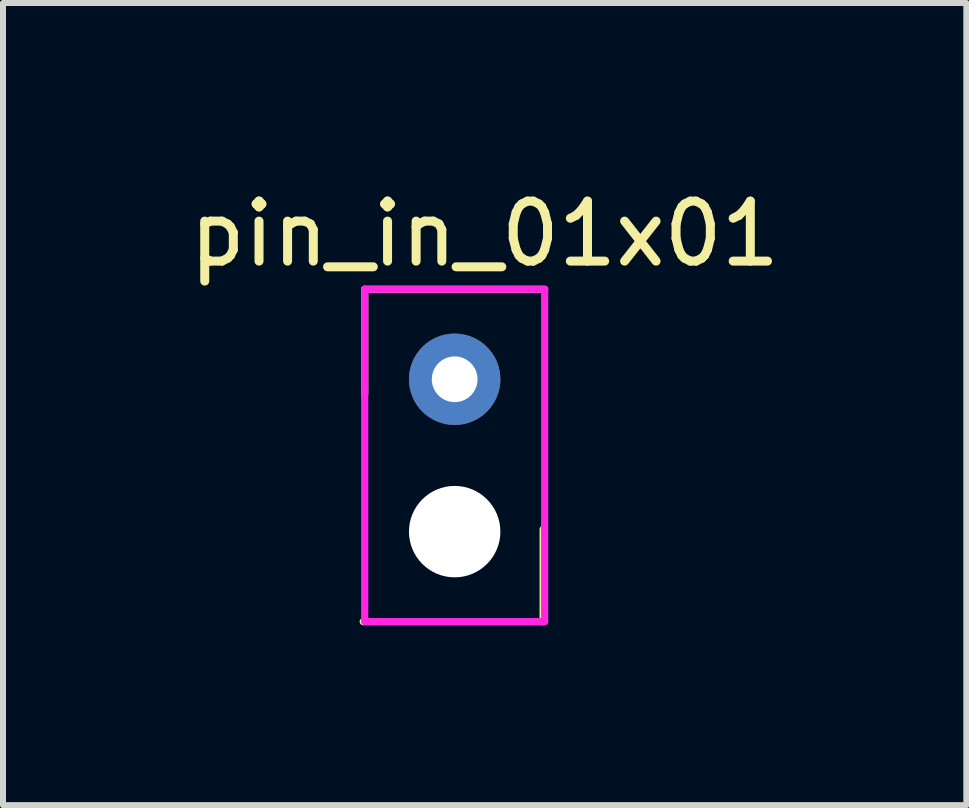
<source format=kicad_pcb>
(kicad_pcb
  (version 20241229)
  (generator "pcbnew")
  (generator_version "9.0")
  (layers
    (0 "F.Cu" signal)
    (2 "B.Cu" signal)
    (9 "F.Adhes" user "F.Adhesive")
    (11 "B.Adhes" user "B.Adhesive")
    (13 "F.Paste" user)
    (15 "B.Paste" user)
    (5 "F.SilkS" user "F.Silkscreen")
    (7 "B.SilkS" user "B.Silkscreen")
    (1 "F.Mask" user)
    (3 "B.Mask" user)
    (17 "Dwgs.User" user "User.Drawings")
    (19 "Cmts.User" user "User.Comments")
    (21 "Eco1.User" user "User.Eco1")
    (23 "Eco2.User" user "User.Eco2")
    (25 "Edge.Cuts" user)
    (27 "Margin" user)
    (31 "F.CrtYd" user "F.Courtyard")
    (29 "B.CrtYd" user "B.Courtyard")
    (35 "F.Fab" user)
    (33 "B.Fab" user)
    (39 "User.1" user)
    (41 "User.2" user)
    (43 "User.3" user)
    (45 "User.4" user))
  (footprint "pin_in_01x01"
    (layer "F.Cu")
    (at 4.53 3.273)
    (property "Reference" "pin_in_01x01" (at 0.5 -2.425 0) (layer "F.SilkS") (effects (font (size 1 1) (thickness 0.15))))
    (attr through_hole)
    (fp_line (start -1.525 4.04) (end 1.475 4.04) (stroke (width 0.12) (type solid)) (layer "F.SilkS"))
    (fp_line (start -1.5 -1.5) (end -1.5 0.25) (stroke (width 0.12) (type solid)) (layer "F.SilkS"))
    (fp_line (start -1.5 -1.5) (end 1.5 -1.5) (stroke (width 0.12) (type solid)) (layer "F.SilkS"))
    (fp_line (start 1.475 4.04) (end 1.475 2.5) (stroke (width 0.12) (type solid)) (layer "F.SilkS"))
    (fp_line (start -1.5 -1.5) (end 1.5 -1.5) (stroke (width 0.12) (type solid)) (layer "F.CrtYd"))
    (fp_line (start -1.5 4.025) (end -1.5 -1.5) (stroke (width 0.12) (type solid)) (layer "F.CrtYd"))
    (fp_line (start -1.5 4.04) (end 1.5 4.04) (stroke (width 0.12) (type solid)) (layer "F.CrtYd"))
    (fp_line (start 1.5 4.04) (end 1.5 -1.485) (stroke (width 0.12) (type solid)) (layer "F.CrtYd"))
    (pad "" np_thru_hole circle (at 0 2.54) (size 1.524 1.524) (drill 1.524) (layers "*.Cu" "*.Mask"))
    (pad "1" thru_hole circle (at 0 0) (size 1.524 1.524) (drill 0.762) (layers "*.Mask" "B.Cu")))
  (gr_rect
    (start -3 -3)
    (end 13.06 10.373)
    (stroke (width 0.1) (type default))
    (fill no)
    (layer "Edge.Cuts")))
</source>
